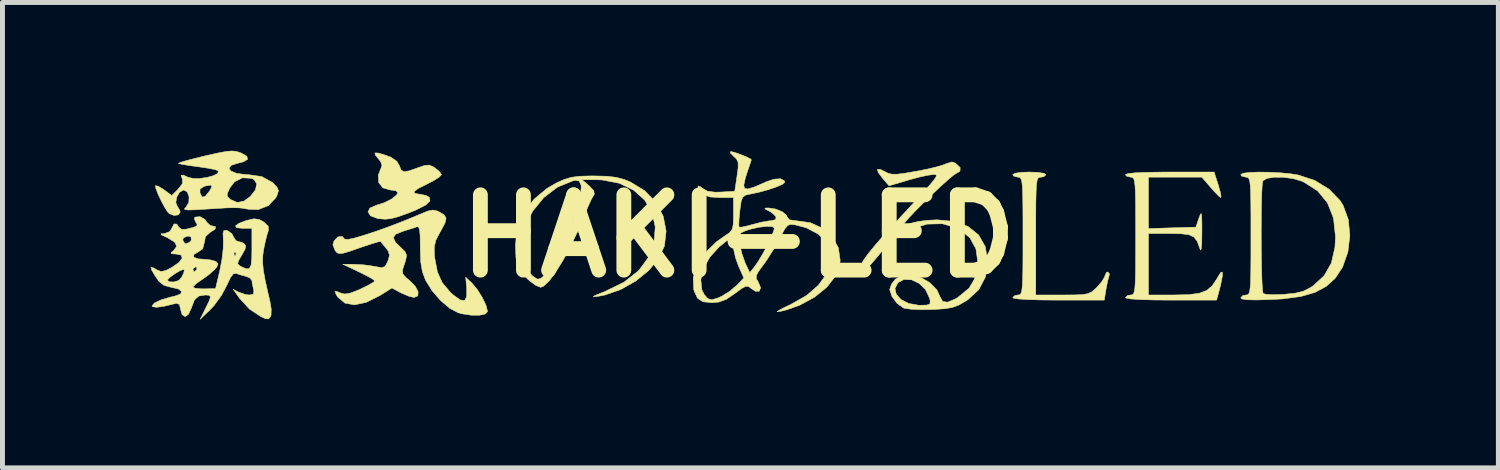
<source format=kicad_pcb>
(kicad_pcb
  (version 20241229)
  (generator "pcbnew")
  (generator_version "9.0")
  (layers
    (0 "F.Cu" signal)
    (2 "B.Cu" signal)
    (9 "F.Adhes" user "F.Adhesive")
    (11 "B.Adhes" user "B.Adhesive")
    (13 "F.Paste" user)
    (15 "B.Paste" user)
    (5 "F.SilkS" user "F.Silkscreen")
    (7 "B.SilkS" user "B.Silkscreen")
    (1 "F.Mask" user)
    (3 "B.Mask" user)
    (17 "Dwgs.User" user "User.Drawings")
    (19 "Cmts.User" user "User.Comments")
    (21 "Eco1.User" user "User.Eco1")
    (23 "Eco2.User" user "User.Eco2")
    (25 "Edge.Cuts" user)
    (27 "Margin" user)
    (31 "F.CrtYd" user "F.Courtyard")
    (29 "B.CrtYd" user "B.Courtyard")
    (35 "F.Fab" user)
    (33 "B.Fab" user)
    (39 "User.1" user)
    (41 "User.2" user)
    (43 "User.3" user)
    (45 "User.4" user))
  (footprint "HAKI-LED"
    (layer "F.Cu")
    (at 11.896 1.727)
    (property "Reference" "HAKI-LED" (at 0 0 0) (layer "F.SilkS") (effects (font (size 1.524 1.524) (thickness 0.3))))
    (attr through_hole)
    (fp_poly (pts (xy -7.29 -1.68) (xy -7.14 -1.634) (xy -7.036 -1.596) (xy -6.915 -1.512) (xy -6.862 -1.419) (xy -6.83 -1.336) (xy -6.774 -1.303) (xy -6.671 -1.319) (xy -6.497 -1.38) (xy -6.495 -1.38) (xy -6.353 -1.429) (xy -6.262 -1.437) (xy -6.18 -1.402) (xy -6.144 -1.379) (xy -6.051 -1.303) (xy -6.013 -1.242) (xy -6.056 -1.195) (xy -6.169 -1.123) (xy -6.298 -1.056) (xy -6.478 -0.965) (xy -6.564 -0.904) (xy -6.561 -0.867) (xy -6.472 -0.849) (xy -6.448 -0.848) (xy -6.324 -0.821) (xy -6.257 -0.783) (xy -6.244 -0.712) (xy -6.334 -0.627) (xy -6.524 -0.53) (xy -6.661 -0.474) (xy -6.876 -0.396) (xy -7.028 -0.354) (xy -7.149 -0.341) (xy -7.272 -0.351) (xy -7.309 -0.357) (xy -7.449 -0.41) (xy -7.5 -0.488) (xy -7.461 -0.567) (xy -7.33 -0.625) (xy -7.323 -0.626) (xy -7.167 -0.676) (xy -7.023 -0.749) (xy -6.922 -0.829) (xy -6.894 -0.882) (xy -6.939 -0.918) (xy -7.048 -0.933) (xy -7.051 -0.933) (xy -7.198 -0.975) (xy -7.283 -1.082) (xy -7.292 -1.229) (xy -7.257 -1.322) (xy -7.216 -1.428) (xy -7.243 -1.507) (xy -7.275 -1.546) (xy -7.35 -1.638) (xy -7.358 -1.683) (xy -7.29 -1.68)) (stroke (width 0.01) (type solid)) (fill yes) (layer "F.SilkS"))
    (fp_poly (pts (xy 6.06 -1.289) (xy 6.18 -1.269) (xy 6.22 -1.244) (xy 6.177 -1.202) (xy 6.117 -1.192) (xy 6.084 -1.189) (xy 6.058 -1.169) (xy 6.04 -1.122) (xy 6.027 -1.034) (xy 6.02 -0.893) (xy 6.015 -0.686) (xy 6.013 -0.402) (xy 6.013 -0.027) (xy 6.013 0) (xy 6.013 1.192) (xy 6.553 1.192) (xy 6.796 1.191) (xy 6.959 1.184) (xy 7.067 1.166) (xy 7.143 1.131) (xy 7.212 1.073) (xy 7.253 1.033) (xy 7.352 0.918) (xy 7.408 0.822) (xy 7.413 0.799) (xy 7.445 0.733) (xy 7.47 0.726) (xy 7.504 0.764) (xy 7.496 0.808) (xy 7.467 0.912) (xy 7.437 1.062) (xy 7.432 1.093) (xy 7.399 1.296) (xy 6.473 1.296) (xy 6.118 1.293) (xy 5.842 1.285) (xy 5.653 1.272) (xy 5.557 1.254) (xy 5.547 1.244) (xy 5.59 1.202) (xy 5.65 1.192) (xy 5.683 1.189) (xy 5.709 1.169) (xy 5.727 1.122) (xy 5.739 1.034) (xy 5.747 0.893) (xy 5.752 0.686) (xy 5.754 0.402) (xy 5.754 0.027) (xy 5.754 0) (xy 5.754 -0.381) (xy 5.752 -0.671) (xy 5.748 -0.882) (xy 5.74 -1.027) (xy 5.728 -1.118) (xy 5.71 -1.167) (xy 5.685 -1.188) (xy 5.653 -1.192) (xy 5.65 -1.192) (xy 5.566 -1.214) (xy 5.547 -1.244) (xy 5.594 -1.271) (xy 5.72 -1.29) (xy 5.883 -1.296) (xy 6.06 -1.289)) (stroke (width 0.01) (type solid)) (fill yes) (layer "F.SilkS"))
    (fp_poly (pts (xy 9.705 -1.037) (xy 9.746 -0.892) (xy 9.763 -0.798) (xy 9.758 -0.778) (xy 9.711 -0.814) (xy 9.621 -0.906) (xy 9.552 -0.985) (xy 9.374 -1.192) (xy 8.294 -1.192) (xy 8.294 -0.152) (xy 8.773 -0.167) (xy 9.253 -0.181) (xy 9.315 -0.363) (xy 9.344 -0.44) (xy 9.362 -0.456) (xy 9.371 -0.401) (xy 9.375 -0.263) (xy 9.375 -0.078) (xy 9.372 0.138) (xy 9.363 0.256) (xy 9.347 0.283) (xy 9.33 0.243) (xy 9.28 0.107) (xy 9.215 0.021) (xy 9.111 -0.027) (xy 8.946 -0.048) (xy 8.728 -0.052) (xy 8.294 -0.052) (xy 8.294 1.192) (xy 8.814 1.192) (xy 9.107 1.185) (xy 9.319 1.158) (xy 9.47 1.102) (xy 9.581 1.008) (xy 9.675 0.869) (xy 9.694 0.835) (xy 9.757 0.735) (xy 9.789 0.728) (xy 9.789 0.811) (xy 9.756 0.977) (xy 9.735 1.062) (xy 9.672 1.296) (xy 8.75 1.296) (xy 8.396 1.293) (xy 8.121 1.285) (xy 7.933 1.272) (xy 7.838 1.254) (xy 7.827 1.244) (xy 7.871 1.202) (xy 7.931 1.192) (xy 7.964 1.189) (xy 7.989 1.169) (xy 8.008 1.122) (xy 8.02 1.034) (xy 8.028 0.893) (xy 8.033 0.686) (xy 8.034 0.402) (xy 8.035 0.027) (xy 8.035 0) (xy 8.034 -0.381) (xy 8.033 -0.671) (xy 8.029 -0.882) (xy 8.021 -1.027) (xy 8.009 -1.118) (xy 7.991 -1.167) (xy 7.966 -1.188) (xy 7.933 -1.192) (xy 7.931 -1.192) (xy 7.847 -1.214) (xy 7.827 -1.244) (xy 7.878 -1.264) (xy 8.025 -1.28) (xy 8.261 -1.29) (xy 8.578 -1.295) (xy 8.725 -1.296) (xy 9.622 -1.296) (xy 9.705 -1.037)) (stroke (width 0.01) (type solid)) (fill yes) (layer "F.SilkS"))
    (fp_poly (pts (xy 10.737 -1.292) (xy 10.965 -1.28) (xy 11.179 -1.259) (xy 11.325 -1.236) (xy 11.658 -1.126) (xy 11.948 -0.948) (xy 12.171 -0.718) (xy 12.232 -0.622) (xy 12.337 -0.335) (xy 12.369 -0.011) (xy 12.329 0.32) (xy 12.222 0.627) (xy 12.073 0.853) (xy 11.89 1.019) (xy 11.663 1.14) (xy 11.377 1.223) (xy 11.016 1.271) (xy 10.769 1.285) (xy 10.482 1.293) (xy 10.29 1.289) (xy 10.185 1.273) (xy 10.16 1.25) (xy 10.203 1.203) (xy 10.264 1.192) (xy 10.297 1.189) (xy 10.322 1.169) (xy 10.34 1.122) (xy 10.353 1.034) (xy 10.361 0.893) (xy 10.365 0.686) (xy 10.367 0.402) (xy 10.367 0.027) (xy 10.367 0) (xy 10.367 -0.085) (xy 10.575 -0.085) (xy 10.576 0.215) (xy 10.58 0.503) (xy 10.585 0.761) (xy 10.593 0.969) (xy 10.603 1.11) (xy 10.614 1.163) (xy 10.681 1.18) (xy 10.823 1.186) (xy 11.009 1.181) (xy 11.031 1.179) (xy 11.258 1.157) (xy 11.421 1.118) (xy 11.562 1.048) (xy 11.628 1.005) (xy 11.85 0.8) (xy 11.995 0.545) (xy 12.067 0.227) (xy 12.078 0.013) (xy 12.038 -0.362) (xy 11.916 -0.671) (xy 11.715 -0.915) (xy 11.432 -1.095) (xy 11.393 -1.112) (xy 11.219 -1.163) (xy 11.025 -1.189) (xy 10.839 -1.191) (xy 10.691 -1.167) (xy 10.61 -1.118) (xy 10.606 -1.11) (xy 10.595 -1.031) (xy 10.586 -0.87) (xy 10.58 -0.646) (xy 10.577 -0.378) (xy 10.575 -0.085) (xy 10.367 -0.085) (xy 10.367 -0.381) (xy 10.365 -0.671) (xy 10.361 -0.882) (xy 10.354 -1.027) (xy 10.341 -1.118) (xy 10.323 -1.167) (xy 10.299 -1.188) (xy 10.266 -1.192) (xy 10.264 -1.192) (xy 10.179 -1.214) (xy 10.16 -1.244) (xy 10.208 -1.271) (xy 10.335 -1.288) (xy 10.52 -1.295) (xy 10.737 -1.292)) (stroke (width 0.01) (type solid)) (fill yes) (layer "F.SilkS"))
    (fp_poly (pts (xy -2.669 -1.211) (xy -2.475 -1.188) (xy -2.309 -1.143) (xy -2.191 -1.095) (xy -1.895 -0.914) (xy -1.67 -0.677) (xy -1.525 -0.4) (xy -1.467 -0.098) (xy -1.501 0.201) (xy -1.618 0.453) (xy -1.817 0.695) (xy -2.079 0.909) (xy -2.382 1.08) (xy -2.706 1.193) (xy -2.825 1.216) (xy -2.922 1.228) (xy -2.941 1.221) (xy -2.876 1.189) (xy -2.72 1.127) (xy -2.709 1.123) (xy -2.319 0.933) (xy -2.021 0.698) (xy -1.816 0.42) (xy -1.713 0.141) (xy -1.687 -0.184) (xy -1.752 -0.477) (xy -1.901 -0.729) (xy -2.125 -0.929) (xy -2.413 -1.068) (xy -2.757 -1.135) (xy -2.888 -1.14) (xy -3.168 -1.14) (xy -3.024 -1.017) (xy -2.931 -0.919) (xy -2.92 -0.848) (xy -2.935 -0.822) (xy -2.982 -0.739) (xy -3.049 -0.592) (xy -3.11 -0.441) (xy -3.251 -0.106) (xy -3.401 0.21) (xy -3.555 0.494) (xy -3.703 0.732) (xy -3.836 0.911) (xy -3.947 1.015) (xy -4.005 1.037) (xy -4.101 1) (xy -4.227 0.908) (xy -4.352 0.789) (xy -4.444 0.672) (xy -4.465 0.63) (xy -4.505 0.442) (xy -4.515 0.199) (xy -4.513 0.177) (xy -4.356 0.177) (xy -4.336 0.424) (xy -4.279 0.639) (xy -4.189 0.791) (xy -4.161 0.816) (xy -4.073 0.871) (xy -4.005 0.861) (xy -3.916 0.779) (xy -3.902 0.765) (xy -3.794 0.617) (xy -3.674 0.406) (xy -3.551 0.151) (xy -3.433 -0.124) (xy -3.329 -0.4) (xy -3.247 -0.653) (xy -3.196 -0.863) (xy -3.184 -1.008) (xy -3.188 -1.029) (xy -3.227 -1.114) (xy -3.306 -1.127) (xy -3.359 -1.116) (xy -3.665 -0.99) (xy -3.942 -0.78) (xy -4.165 -0.506) (xy -4.275 -0.297) (xy -4.337 -0.073) (xy -4.356 0.177) (xy -4.513 0.177) (xy -4.495 -0.056) (xy -4.453 -0.257) (xy -4.332 -0.507) (xy -4.134 -0.75) (xy -3.882 -0.961) (xy -3.692 -1.073) (xy -3.529 -1.146) (xy -3.384 -1.189) (xy -3.218 -1.211) (xy -2.995 -1.217) (xy -2.929 -1.217) (xy -2.669 -1.211)) (stroke (width 0.01) (type solid)) (fill yes) (layer "F.SilkS"))
    (fp_poly (pts (xy -10.157 -1.712) (xy -10.071 -1.683) (xy -10.066 -1.681) (xy -9.95 -1.614) (xy -9.936 -1.553) (xy -10.025 -1.501) (xy -10.136 -1.474) (xy -10.27 -1.43) (xy -10.313 -1.374) (xy -10.275 -1.317) (xy -10.166 -1.271) (xy -9.995 -1.246) (xy -9.928 -1.244) (xy -9.649 -1.204) (xy -9.43 -1.083) (xy -9.345 -0.996) (xy -9.311 -0.919) (xy -9.341 -0.82) (xy -9.368 -0.772) (xy -9.517 -0.615) (xy -9.717 -0.537) (xy -9.913 -0.541) (xy -10.013 -0.56) (xy -10.107 -0.571) (xy -10.219 -0.574) (xy -10.37 -0.57) (xy -10.586 -0.557) (xy -10.782 -0.545) (xy -11.008 -0.531) (xy -11.144 -0.528) (xy -11.207 -0.537) (xy -11.21 -0.56) (xy -11.181 -0.587) (xy -11.126 -0.68) (xy -11.12 -0.795) (xy -11.151 -0.877) (xy -10.9 -0.877) (xy -10.857 -0.791) (xy -10.795 -0.801) (xy -10.746 -0.862) (xy -10.347 -0.862) (xy -10.346 -0.799) (xy -10.29 -0.746) (xy -10.286 -0.742) (xy -10.144 -0.68) (xy -10.004 -0.71) (xy -9.882 -0.801) (xy -9.777 -0.935) (xy -9.751 -1.057) (xy -9.806 -1.145) (xy -9.853 -1.168) (xy -10.04 -1.179) (xy -10.202 -1.096) (xy -10.295 -0.975) (xy -10.347 -0.862) (xy -10.746 -0.862) (xy -10.709 -0.907) (xy -10.658 -0.999) (xy -10.677 -1.032) (xy -10.779 -1.015) (xy -10.815 -1.006) (xy -10.898 -0.952) (xy -10.9 -0.877) (xy -11.151 -0.877) (xy -11.157 -0.894) (xy -11.229 -0.933) (xy -11.311 -0.889) (xy -11.37 -0.788) (xy -11.388 -0.675) (xy -11.361 -0.61) (xy -11.307 -0.518) (xy -11.3 -0.482) (xy -11.34 -0.428) (xy -11.428 -0.418) (xy -11.52 -0.454) (xy -11.547 -0.479) (xy -11.612 -0.578) (xy -11.684 -0.713) (xy -11.75 -0.853) (xy -11.793 -0.966) (xy -11.801 -1.02) (xy -11.747 -1.01) (xy -11.647 -0.951) (xy -11.622 -0.933) (xy -11.47 -0.82) (xy -11.341 -0.949) (xy -11.255 -1.061) (xy -11.253 -1.149) (xy -11.259 -1.161) (xy -11.283 -1.231) (xy -11.236 -1.234) (xy -11.143 -1.191) (xy -11.04 -1.166) (xy -10.9 -1.166) (xy -10.752 -1.188) (xy -10.622 -1.224) (xy -10.539 -1.269) (xy -10.528 -1.318) (xy -10.533 -1.323) (xy -10.597 -1.346) (xy -10.736 -1.373) (xy -10.921 -1.401) (xy -10.941 -1.404) (xy -11.127 -1.429) (xy -11.267 -1.453) (xy -11.335 -1.47) (xy -11.337 -1.471) (xy -11.299 -1.49) (xy -11.178 -1.526) (xy -10.995 -1.574) (xy -10.798 -1.622) (xy -10.546 -1.679) (xy -10.371 -1.712) (xy -10.249 -1.722) (xy -10.157 -1.712)) (stroke (width 0.01) (type solid)) (fill yes) (layer "F.SilkS"))
    (fp_poly (pts (xy 4.39 -1.473) (xy 4.483 -1.387) (xy 4.48 -1.313) (xy 4.409 -1.271) (xy 4.342 -1.227) (xy 4.225 -1.129) (xy 4.074 -0.992) (xy 3.904 -0.832) (xy 3.732 -0.664) (xy 3.573 -0.504) (xy 3.443 -0.367) (xy 3.359 -0.269) (xy 3.335 -0.225) (xy 3.392 -0.227) (xy 3.501 -0.262) (xy 3.505 -0.264) (xy 3.634 -0.295) (xy 3.824 -0.319) (xy 4.017 -0.329) (xy 4.364 -0.296) (xy 4.646 -0.192) (xy 4.857 -0.022) (xy 4.99 0.211) (xy 5.04 0.499) (xy 5.04 0.519) (xy 4.996 0.826) (xy 4.861 1.083) (xy 4.635 1.291) (xy 4.591 1.319) (xy 4.454 1.397) (xy 4.324 1.445) (xy 4.167 1.471) (xy 3.949 1.485) (xy 3.896 1.487) (xy 3.678 1.489) (xy 3.488 1.48) (xy 3.36 1.462) (xy 3.336 1.455) (xy 3.205 1.36) (xy 3.102 1.22) (xy 3.058 1.08) (xy 3.058 1.077) (xy 3.064 1.059) (xy 3.164 1.059) (xy 3.19 1.178) (xy 3.288 1.285) (xy 3.443 1.364) (xy 3.638 1.399) (xy 3.667 1.4) (xy 3.809 1.396) (xy 3.871 1.374) (xy 3.877 1.315) (xy 3.864 1.257) (xy 3.783 1.085) (xy 3.653 0.957) (xy 3.498 0.884) (xy 3.344 0.878) (xy 3.224 0.943) (xy 3.164 1.059) (xy 3.064 1.059) (xy 3.093 0.975) (xy 3.168 0.875) (xy 3.314 0.796) (xy 3.498 0.788) (xy 3.693 0.841) (xy 3.873 0.945) (xy 4.012 1.089) (xy 4.077 1.23) (xy 4.129 1.323) (xy 4.227 1.338) (xy 4.379 1.275) (xy 4.438 1.24) (xy 4.666 1.052) (xy 4.799 0.823) (xy 4.843 0.547) (xy 4.802 0.259) (xy 4.679 0.034) (xy 4.471 -0.135) (xy 4.417 -0.163) (xy 4.125 -0.249) (xy 3.815 -0.242) (xy 3.5 -0.147) (xy 3.196 0.031) (xy 2.916 0.287) (xy 2.813 0.412) (xy 2.67 0.58) (xy 2.567 0.66) (xy 2.505 0.65) (xy 2.488 0.57) (xy 2.523 0.495) (xy 2.621 0.358) (xy 2.772 0.173) (xy 2.967 -0.05) (xy 3.076 -0.169) (xy 3.367 -0.483) (xy 3.594 -0.729) (xy 3.763 -0.915) (xy 3.883 -1.05) (xy 3.958 -1.142) (xy 3.995 -1.199) (xy 4.002 -1.23) (xy 3.985 -1.242) (xy 3.95 -1.244) (xy 3.933 -1.244) (xy 3.824 -1.23) (xy 3.652 -1.192) (xy 3.451 -1.138) (xy 3.427 -1.131) (xy 3.044 -1.017) (xy 2.921 -1.16) (xy 2.826 -1.286) (xy 2.807 -1.351) (xy 2.864 -1.351) (xy 2.949 -1.309) (xy 3.025 -1.271) (xy 3.104 -1.252) (xy 3.21 -1.252) (xy 3.367 -1.272) (xy 3.598 -1.312) (xy 3.825 -1.356) (xy 4.022 -1.404) (xy 4.16 -1.446) (xy 4.2 -1.464) (xy 4.316 -1.501) (xy 4.39 -1.473)) (stroke (width 0.01) (type solid)) (fill yes) (layer "F.SilkS"))
    (fp_poly (pts (xy -6.1 -0.509) (xy -6.048 -0.484) (xy -5.955 -0.425) (xy -5.919 -0.361) (xy -5.941 -0.265) (xy -6.021 -0.114) (xy -6.046 -0.071) (xy -6.126 0.084) (xy -6.159 0.217) (xy -6.156 0.381) (xy -6.148 0.448) (xy -6.095 0.726) (xy -5.999 0.94) (xy -5.84 1.13) (xy -5.776 1.189) (xy -5.635 1.292) (xy -5.545 1.305) (xy -5.502 1.227) (xy -5.502 1.054) (xy -5.503 1.043) (xy -5.523 0.833) (xy -5.4 0.948) (xy -5.292 1.076) (xy -5.188 1.241) (xy -5.111 1.404) (xy -5.08 1.527) (xy -5.126 1.577) (xy -5.246 1.602) (xy -5.411 1.601) (xy -5.596 1.573) (xy -5.672 1.553) (xy -5.842 1.464) (xy -6.027 1.308) (xy -6.198 1.112) (xy -6.328 0.905) (xy -6.34 0.881) (xy -6.4 0.715) (xy -6.432 0.526) (xy -6.442 0.279) (xy -6.442 0.217) (xy -6.444 -0.001) (xy -6.456 -0.131) (xy -6.479 -0.186) (xy -6.505 -0.189) (xy -6.595 -0.158) (xy -6.737 -0.114) (xy -6.785 -0.099) (xy -6.936 -0.039) (xy -6.988 0.03) (xy -6.944 0.124) (xy -6.844 0.223) (xy -6.748 0.317) (xy -6.718 0.393) (xy -6.74 0.5) (xy -6.761 0.56) (xy -6.801 0.688) (xy -6.794 0.768) (xy -6.727 0.843) (xy -6.656 0.901) (xy -6.542 1.017) (xy -6.485 1.127) (xy -6.491 1.21) (xy -6.566 1.242) (xy -6.57 1.242) (xy -6.674 1.217) (xy -6.813 1.158) (xy -6.838 1.146) (xy -7.015 1.051) (xy -7.26 1.204) (xy -7.534 1.341) (xy -7.772 1.392) (xy -7.966 1.357) (xy -8.111 1.235) (xy -8.143 1.184) (xy -8.169 1.121) (xy -8.132 1.119) (xy -8.067 1.147) (xy -7.977 1.172) (xy -7.871 1.159) (xy -7.719 1.102) (xy -7.651 1.072) (xy -7.499 0.997) (xy -7.394 0.937) (xy -7.361 0.908) (xy -7.404 0.872) (xy -7.518 0.807) (xy -7.677 0.727) (xy -7.685 0.724) (xy -8.009 0.57) (xy -7.776 0.571) (xy -7.579 0.583) (xy -7.387 0.61) (xy -7.352 0.617) (xy -7.224 0.639) (xy -7.155 0.616) (xy -7.106 0.529) (xy -7.098 0.511) (xy -7.064 0.39) (xy -7.092 0.298) (xy -7.133 0.245) (xy -7.207 0.156) (xy -7.241 0.11) (xy -7.292 0.117) (xy -7.416 0.154) (xy -7.593 0.212) (xy -7.674 0.24) (xy -7.877 0.311) (xy -8.006 0.348) (xy -8.083 0.355) (xy -8.13 0.334) (xy -8.166 0.291) (xy -8.21 0.174) (xy -8.186 0.097) (xy -8.109 0.017) (xy -8.024 0.006) (xy -7.97 0.063) (xy -7.917 0.07) (xy -7.784 0.043) (xy -7.588 -0.014) (xy -7.346 -0.093) (xy -7.073 -0.191) (xy -6.788 -0.301) (xy -6.505 -0.417) (xy -6.45 -0.441) (xy -6.29 -0.506) (xy -6.186 -0.527) (xy -6.1 -0.509)) (stroke (width 0.01) (type solid)) (fill yes) (layer "F.SilkS"))
    (fp_poly (pts (xy -0.084 -1.694) (xy 0.033 -1.653) (xy 0.154 -1.604) (xy 0.24 -1.561) (xy 0.258 -1.545) (xy 0.242 -1.491) (xy 0.202 -1.375) (xy 0.183 -1.322) (xy 0.135 -1.169) (xy 0.108 -1.043) (xy 0.106 -1.02) (xy 0.122 -0.965) (xy 0.185 -0.953) (xy 0.307 -0.988) (xy 0.502 -1.072) (xy 0.55 -1.095) (xy 0.715 -1.151) (xy 0.847 -1.16) (xy 0.924 -1.121) (xy 0.933 -1.087) (xy 0.887 -1.048) (xy 0.766 -0.995) (xy 0.598 -0.938) (xy 0.409 -0.886) (xy 0.251 -0.853) (xy 0.145 -0.83) (xy 0.085 -0.79) (xy 0.052 -0.707) (xy 0.03 -0.553) (xy 0.025 -0.51) (xy 0.009 -0.343) (xy 0.004 -0.223) (xy 0.01 -0.18) (xy 0.067 -0.182) (xy 0.19 -0.209) (xy 0.283 -0.235) (xy 0.457 -0.28) (xy 0.61 -0.307) (xy 0.661 -0.311) (xy 0.751 -0.334) (xy 0.756 -0.393) (xy 0.679 -0.469) (xy 0.618 -0.505) (xy 0.533 -0.551) (xy 0.538 -0.567) (xy 0.607 -0.569) (xy 0.75 -0.547) (xy 0.884 -0.492) (xy 0.97 -0.42) (xy 0.985 -0.38) (xy 1.032 -0.328) (xy 1.159 -0.311) (xy 1.454 -0.27) (xy 1.704 -0.156) (xy 1.897 0.017) (xy 2.018 0.236) (xy 2.055 0.488) (xy 2.045 0.583) (xy 1.957 0.815) (xy 1.782 1.038) (xy 1.536 1.237) (xy 1.235 1.4) (xy 0.972 1.493) (xy 0.849 1.523) (xy 0.782 1.531) (xy 0.778 1.529) (xy 0.821 1.5) (xy 0.932 1.442) (xy 1.052 1.385) (xy 1.372 1.204) (xy 1.613 0.996) (xy 1.774 0.774) (xy 1.856 0.548) (xy 1.857 0.329) (xy 1.776 0.129) (xy 1.613 -0.04) (xy 1.368 -0.168) (xy 1.153 -0.225) (xy 1.06 -0.237) (xy 0.995 -0.217) (xy 0.935 -0.145) (xy 0.858 -0.005) (xy 0.833 0.044) (xy 0.717 0.253) (xy 0.582 0.467) (xy 0.501 0.582) (xy 0.4 0.719) (xy 0.357 0.805) (xy 0.362 0.871) (xy 0.399 0.932) (xy 0.446 1.046) (xy 0.419 1.115) (xy 0.341 1.117) (xy 0.265 1.068) (xy 0.204 1.022) (xy 0.146 1.016) (xy 0.063 1.06) (xy -0.073 1.16) (xy -0.077 1.163) (xy -0.25 1.28) (xy -0.4 1.335) (xy -0.542 1.348) (xy -0.722 1.329) (xy -0.831 1.259) (xy -0.897 1.117) (xy -0.909 1.075) (xy -0.916 0.881) (xy -0.765 0.881) (xy -0.745 1.083) (xy -0.697 1.181) (xy -0.623 1.266) (xy -0.544 1.289) (xy -0.425 1.255) (xy -0.339 1.216) (xy -0.184 1.12) (xy -0.038 0.997) (xy -0.032 0.991) (xy 0.106 0.847) (xy 0.003 0.618) (xy -0.062 0.441) (xy -0.099 0.271) (xy -0.103 0.22) (xy -0.115 0.102) (xy -0.158 0.062) (xy -0.244 0.098) (xy -0.386 0.212) (xy -0.395 0.22) (xy -0.583 0.427) (xy -0.708 0.655) (xy -0.765 0.881) (xy -0.916 0.881) (xy -0.917 0.837) (xy -0.837 0.586) (xy -0.677 0.34) (xy -0.447 0.115) (xy -0.284 -0.00035) (xy 0.007 -0.00035) (xy 0.014 0.114) (xy 0.022 0.166) (xy 0.067 0.357) (xy 0.131 0.54) (xy 0.141 0.561) (xy 0.226 0.74) (xy 0.326 0.616) (xy 0.403 0.503) (xy 0.501 0.337) (xy 0.576 0.196) (xy 0.654 0.033) (xy 0.708 -0.098) (xy 0.726 -0.161) (xy 0.681 -0.192) (xy 0.565 -0.196) (xy 0.406 -0.178) (xy 0.233 -0.138) (xy 0.133 -0.105) (xy 0.042 -0.061) (xy 0.007 -0.00035) (xy -0.284 -0.00035) (xy -0.279 -0.004) (xy -0.184 -0.068) (xy -0.131 -0.134) (xy -0.109 -0.233) (xy -0.104 -0.397) (xy -0.104 -0.445) (xy -0.104 -0.778) (xy -0.381 -0.778) (xy -0.578 -0.791) (xy -0.701 -0.836) (xy -0.744 -0.872) (xy -0.814 -0.967) (xy -0.824 -1.015) (xy -0.776 -1) (xy -0.731 -0.964) (xy -0.63 -0.908) (xy -0.476 -0.888) (xy -0.356 -0.891) (xy -0.078 -0.907) (xy -0.032 -1.214) (xy -0.009 -1.389) (xy -0.011 -1.494) (xy -0.044 -1.562) (xy -0.102 -1.616) (xy -0.166 -1.682) (xy -0.162 -1.711) (xy -0.16 -1.711) (xy -0.084 -1.694)) (stroke (width 0.01) (type solid)) (fill yes) (layer "F.SilkS"))
    (fp_poly (pts (xy -10.8 -0.338) (xy -10.762 -0.281) (xy -10.692 -0.215) (xy -10.654 -0.207) (xy -10.582 -0.187) (xy -10.596 -0.137) (xy -10.691 -0.077) (xy -10.787 0.009) (xy -10.81 0.124) (xy -10.843 0.256) (xy -10.927 0.317) (xy -11.025 0.374) (xy -11.027 0.426) (xy -10.939 0.461) (xy -10.847 0.467) (xy -10.698 0.48) (xy -10.587 0.51) (xy -10.577 0.516) (xy -10.533 0.562) (xy -10.559 0.625) (xy -10.599 0.672) (xy -10.711 0.774) (xy -10.854 0.878) (xy -10.869 0.887) (xy -10.979 0.964) (xy -11.038 1.023) (xy -11.041 1.033) (xy -10.995 1.056) (xy -10.878 1.067) (xy -10.813 1.068) (xy -10.584 1.063) (xy -10.496 0.689) (xy -10.454 0.467) (xy -10.442 0.363) (xy -10.212 0.363) (xy -10.193 0.406) (xy -10.177 0.397) (xy -10.171 0.336) (xy -10.177 0.328) (xy -10.208 0.335) (xy -10.212 0.363) (xy -10.442 0.363) (xy -10.429 0.249) (xy -10.427 0.089) (xy -10.433 -0.051) (xy -10.416 -0.112) (xy -10.365 -0.118) (xy -10.347 -0.114) (xy -10.253 -0.047) (xy -10.225 0.008) (xy -10.177 0.088) (xy -10.141 0.104) (xy -10.047 0.131) (xy -10.01 0.151) (xy -9.973 0.196) (xy -9.989 0.271) (xy -10.051 0.38) (xy -10.12 0.498) (xy -10.136 0.56) (xy -10.099 0.598) (xy -10.062 0.619) (xy -9.962 0.663) (xy -9.9 0.657) (xy -9.865 0.586) (xy -9.851 0.437) (xy -9.849 0.259) (xy -9.849 -0.156) (xy -10.033 -0.156) (xy -10.155 -0.169) (xy -10.182 -0.205) (xy -10.116 -0.256) (xy -9.961 -0.315) (xy -9.953 -0.317) (xy -9.806 -0.35) (xy -9.701 -0.336) (xy -9.614 -0.289) (xy -9.518 -0.2) (xy -9.515 -0.113) (xy -9.547 -0.014) (xy -9.585 0.144) (xy -9.606 0.246) (xy -9.628 0.388) (xy -9.632 0.529) (xy -9.617 0.691) (xy -9.58 0.898) (xy -9.519 1.172) (xy -9.486 1.307) (xy -9.458 1.475) (xy -9.461 1.601) (xy -9.471 1.629) (xy -9.512 1.677) (xy -9.576 1.672) (xy -9.669 1.628) (xy -9.897 1.478) (xy -10.087 1.272) (xy -10.122 1.225) (xy -10.227 1.077) (xy -10.119 1.134) (xy -9.982 1.182) (xy -9.898 1.192) (xy -9.817 1.174) (xy -9.81 1.1) (xy -9.816 1.076) (xy -9.842 0.958) (xy -9.848 0.9) (xy -9.893 0.845) (xy -9.966 0.816) (xy -10.097 0.781) (xy -10.163 0.757) (xy -10.221 0.762) (xy -10.282 0.838) (xy -10.358 1) (xy -10.466 1.202) (xy -10.611 1.401) (xy -10.685 1.481) (xy -10.897 1.685) (xy -10.788 1.466) (xy -10.714 1.314) (xy -10.687 1.232) (xy -10.709 1.199) (xy -10.779 1.193) (xy -10.795 1.193) (xy -10.927 1.215) (xy -11.011 1.292) (xy -11.072 1.45) (xy -11.072 1.451) (xy -11.132 1.583) (xy -11.202 1.63) (xy -11.262 1.589) (xy -11.291 1.485) (xy -11.316 1.383) (xy -11.374 1.36) (xy -11.421 1.371) (xy -11.622 1.42) (xy -11.775 1.441) (xy -11.86 1.429) (xy -11.871 1.413) (xy -11.823 1.356) (xy -11.694 1.294) (xy -11.507 1.237) (xy -11.414 1.217) (xy -11.294 1.174) (xy -11.27 1.121) (xy -11.337 1.07) (xy -11.481 1.037) (xy -11.628 0.998) (xy -11.736 0.91) (xy -11.748 0.892) (xy -11.56 0.892) (xy -11.518 0.926) (xy -11.426 0.928) (xy -11.333 0.9) (xy -11.323 0.893) (xy -11.269 0.831) (xy -11.228 0.747) (xy -11.217 0.684) (xy -11.229 0.674) (xy -11.041 0.674) (xy -11.024 0.724) (xy -11.018 0.726) (xy -10.974 0.689) (xy -10.963 0.674) (xy -10.968 0.626) (xy -10.986 0.622) (xy -11.039 0.66) (xy -11.041 0.674) (xy -11.229 0.674) (xy -11.301 0.7) (xy -11.406 0.761) (xy -11.504 0.832) (xy -11.558 0.886) (xy -11.56 0.892) (xy -11.748 0.892) (xy -11.801 0.816) (xy -11.878 0.686) (xy -11.891 0.631) (xy -11.839 0.644) (xy -11.768 0.685) (xy -11.686 0.717) (xy -11.59 0.697) (xy -11.471 0.636) (xy -11.325 0.535) (xy -11.26 0.447) (xy -11.278 0.386) (xy -11.383 0.363) (xy -11.384 0.363) (xy -11.48 0.358) (xy -11.483 0.333) (xy -11.432 0.293) (xy -11.37 0.209) (xy -11.41 0.123) (xy -11.483 0.078) (xy -11.249 0.078) (xy -11.21 0.147) (xy -11.176 0.156) (xy -11.096 0.114) (xy -11.074 0.078) (xy -11.083 0.014) (xy -11.147 0) (xy -11.23 0.033) (xy -11.249 0.078) (xy -11.483 0.078) (xy -11.554 0.034) (xy -11.579 0.023) (xy -11.679 -0.024) (xy -11.689 -0.045) (xy -11.62 -0.05) (xy -11.507 -0.092) (xy -11.471 -0.156) (xy -11.424 -0.246) (xy -11.368 -0.242) (xy -11.335 -0.185) (xy -11.265 -0.134) (xy -11.187 -0.138) (xy -11.033 -0.175) (xy -10.963 -0.206) (xy -10.959 -0.243) (xy -10.986 -0.281) (xy -11.016 -0.358) (xy -10.997 -0.384) (xy -10.899 -0.393) (xy -10.8 -0.338)) (stroke (width 0.01) (type solid)) (fill yes) (layer "F.SilkS")))
  (gr_rect
    (start -3 -3)
    (end 27.27 6.417)
    (stroke (width 0.1) (type default))
    (fill no)
    (layer "Edge.Cuts")))
</source>
